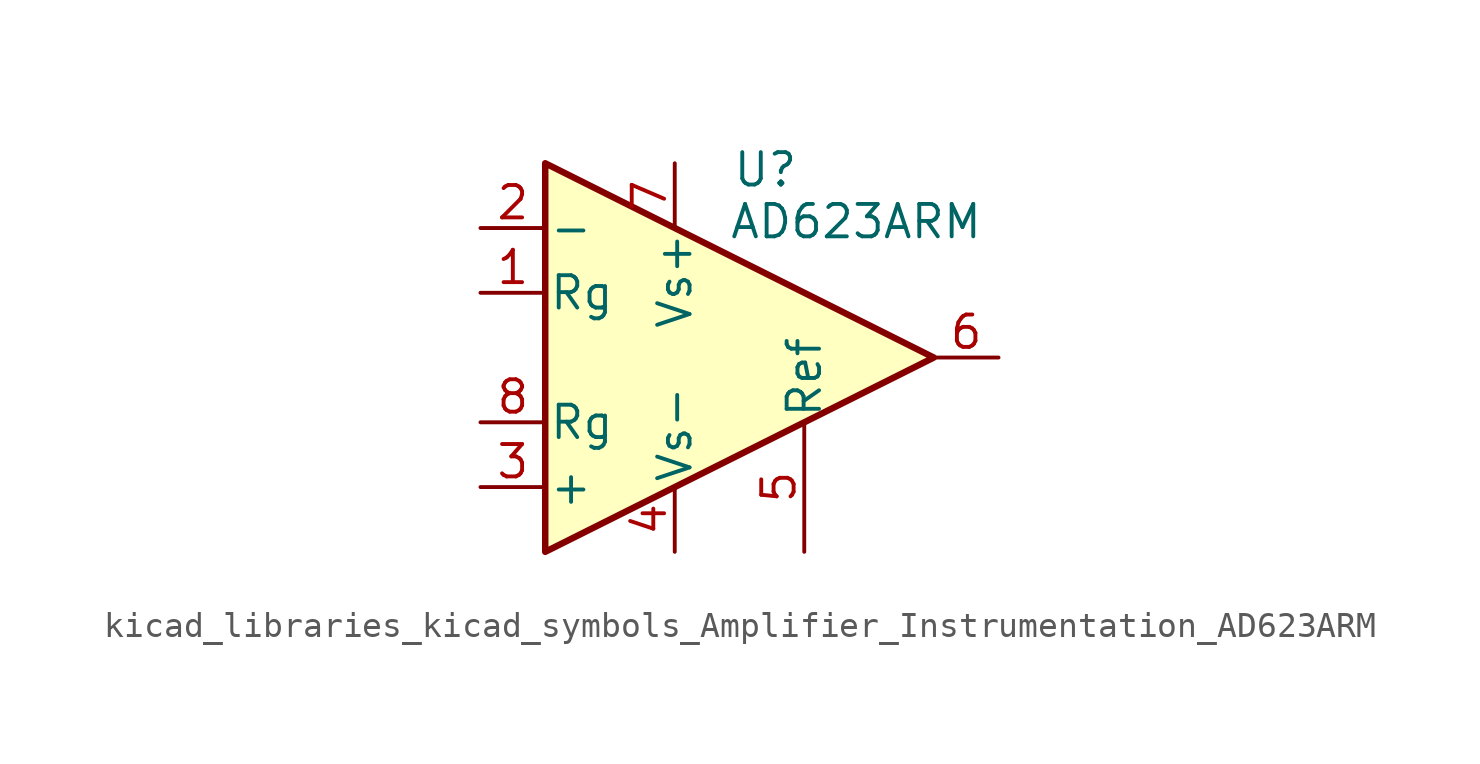
<source format=kicad_sym>
(kicad_symbol_lib
  (version 20220914)
  (generator kicad_symbol_editor)
  (symbol "kicad_libraries_kicad_symbols_Amplifier_Instrumentation_AD623ARM"
    (pin_names
      (offset 0.127))
    (property "Reference" "U"
      (at 3.556 7.366 0)
      (effects (font (size 1.27 1.27))))
    (property "Value" "AD623ARM"
      (at 7.112 5.334 0)
      (effects (font (size 1.27 1.27))))
    (symbol "kicad_libraries_kicad_symbols_Amplifier_Instrumentation_AD623ARM_0_1"
      (polyline (pts (xy -5.08 7.62) (xy -5.08 -7.62) (xy 10.16 0) (xy -5.08 7.62)) (stroke (width 0.254) (type default)) (fill (type background))))
    (symbol "kicad_libraries_kicad_symbols_Amplifier_Instrumentation_AD623ARM_1_1"
      (pin passive line (at -7.62 2.54 0) (length 2.54) (name "Rg" (effects (font (size 1.27 1.27)))) (number "1" (effects (font (size 1.27 1.27)))))
      (pin input line (at -7.62 5.08 0) (length 2.54) (name "-" (effects (font (size 1.27 1.27)))) (number "2" (effects (font (size 1.27 1.27)))))
      (pin input line (at -7.62 -5.08 0) (length 2.54) (name "+" (effects (font (size 1.27 1.27)))) (number "3" (effects (font (size 1.27 1.27)))))
      (pin power_in line (at 0 -7.62 90) (length 2.54) (name "Vs-" (effects (font (size 1.27 1.27)))) (number "4" (effects (font (size 1.27 1.27)))))
      (pin passive line (at 5.08 -7.62 90) (length 5.08) (name "Ref" (effects (font (size 1.27 1.27)))) (number "5" (effects (font (size 1.27 1.27)))))
      (pin output line (at 12.7 0 180) (length 2.54) (name "~" (effects (font (size 1.27 1.27)))) (number "6" (effects (font (size 1.27 1.27)))))
      (pin power_in line (at 0 7.62 270) (length 2.54) (name "Vs+" (effects (font (size 1.27 1.27)))) (number "7" (effects (font (size 1.27 1.27)))))
      (pin passive line (at -7.62 -2.54 0) (length 2.54) (name "Rg" (effects (font (size 1.27 1.27)))) (number "8" (effects (font (size 1.27 1.27))))))))
</source>
